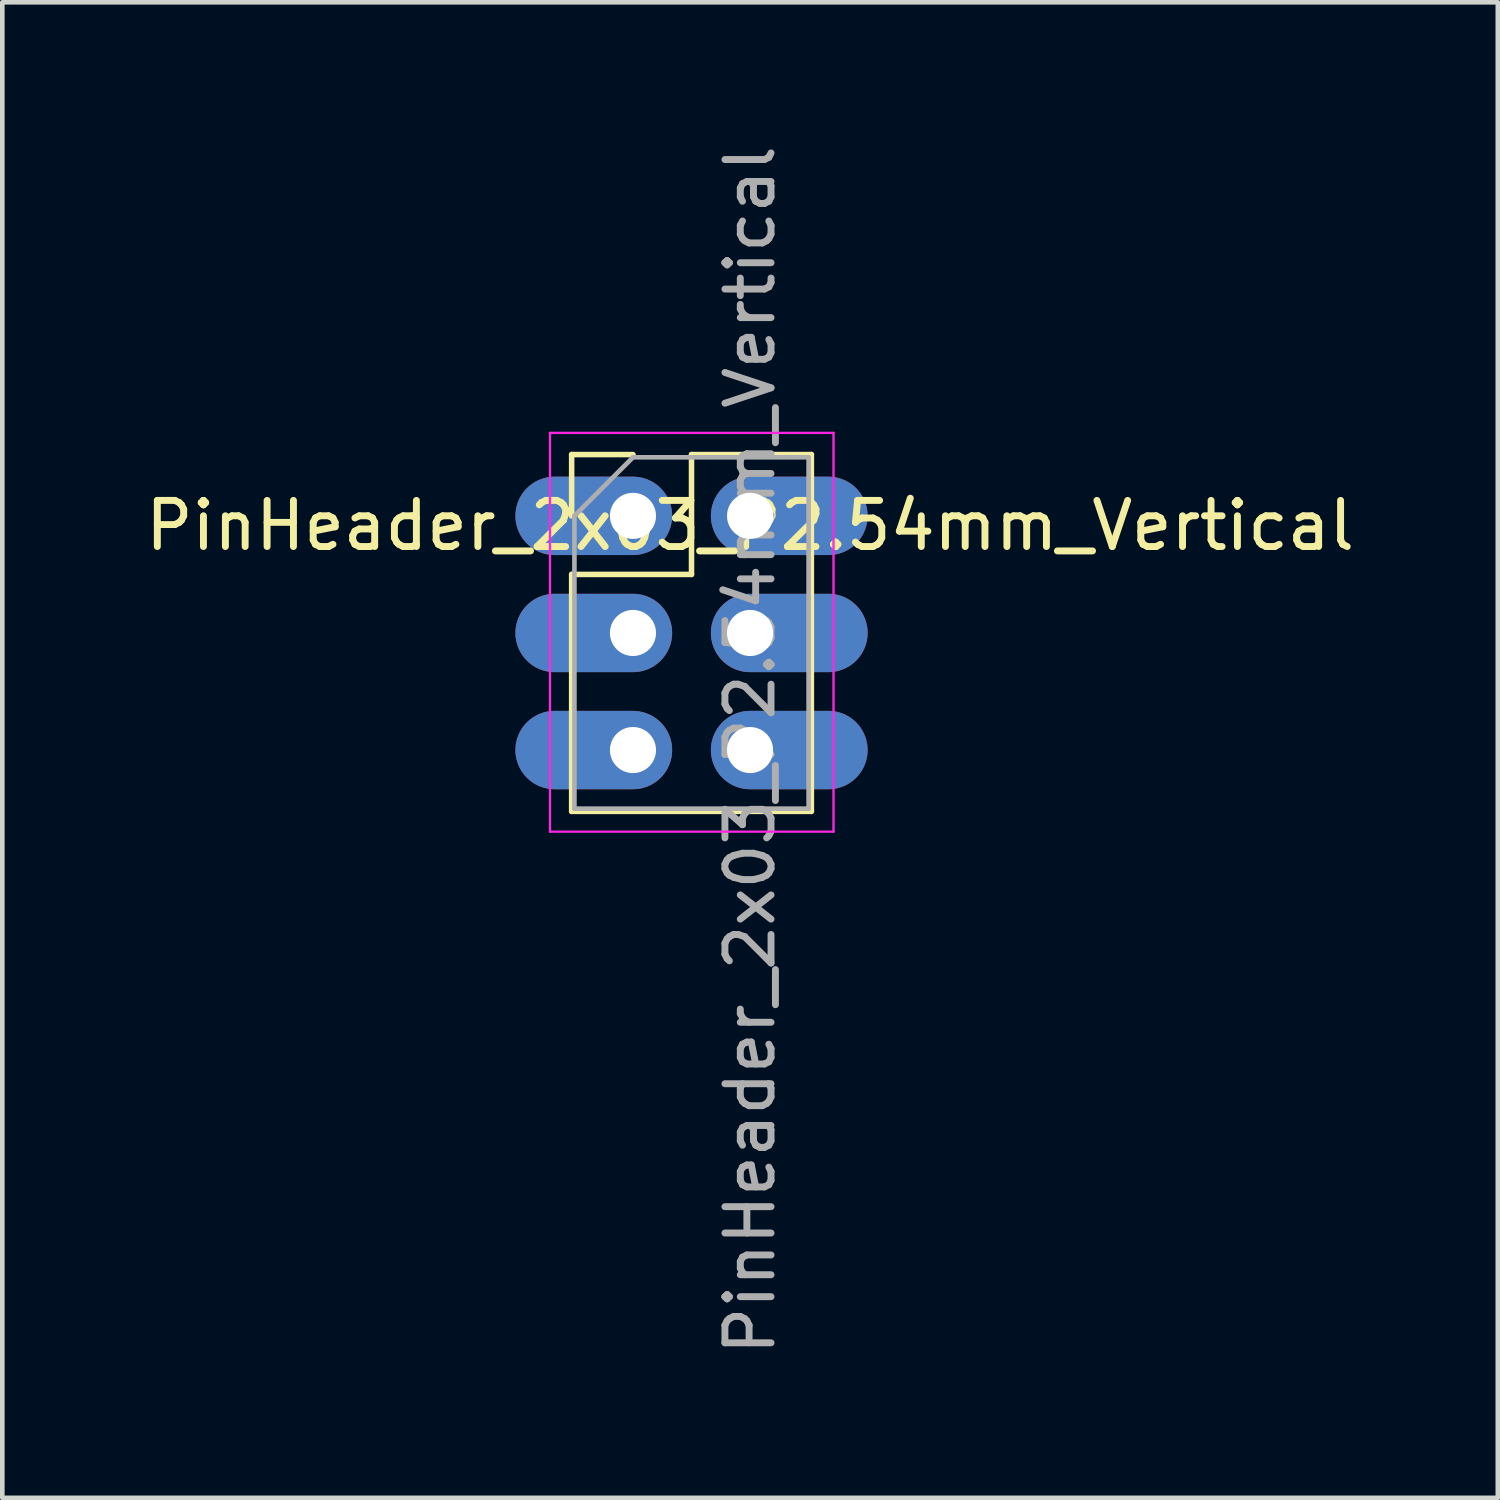
<source format=kicad_pcb>
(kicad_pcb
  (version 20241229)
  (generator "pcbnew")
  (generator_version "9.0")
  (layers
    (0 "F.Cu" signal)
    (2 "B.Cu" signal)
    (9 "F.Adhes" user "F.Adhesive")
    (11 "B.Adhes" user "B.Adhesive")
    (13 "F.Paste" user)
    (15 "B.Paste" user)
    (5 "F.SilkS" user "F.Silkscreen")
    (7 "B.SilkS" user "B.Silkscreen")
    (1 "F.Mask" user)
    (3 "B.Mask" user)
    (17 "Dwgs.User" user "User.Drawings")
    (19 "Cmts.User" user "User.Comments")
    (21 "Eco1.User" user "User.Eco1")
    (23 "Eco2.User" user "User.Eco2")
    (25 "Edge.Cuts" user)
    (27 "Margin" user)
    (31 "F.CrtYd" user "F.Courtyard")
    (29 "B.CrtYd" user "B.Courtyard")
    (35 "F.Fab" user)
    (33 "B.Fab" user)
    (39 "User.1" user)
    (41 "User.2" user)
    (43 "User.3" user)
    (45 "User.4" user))
  (footprint "PinHeader_2x03_P2.54mm_Vertical"
    (layer "F.Cu")
    (at 11.95 10.68)
    (property "Reference" "PinHeader_2x03_P2.54mm_Vertical" (at 1.27 -2.33 0) (layer "F.SilkS") (effects (font (size 1 1) (thickness 0.15))))
    (attr through_hole)
    (fp_line (start -2.6 -3.87) (end -1.27 -3.87) (stroke (width 0.12) (type solid)) (layer "F.SilkS"))
    (fp_line (start -2.6 -2.54) (end -2.6 -3.87) (stroke (width 0.12) (type solid)) (layer "F.SilkS"))
    (fp_line (start -2.6 -1.27) (end -2.6 3.87) (stroke (width 0.12) (type solid)) (layer "F.SilkS"))
    (fp_line (start -2.6 -1.27) (end 0 -1.27) (stroke (width 0.12) (type solid)) (layer "F.SilkS"))
    (fp_line (start -2.6 3.87) (end 2.6 3.87) (stroke (width 0.12) (type solid)) (layer "F.SilkS"))
    (fp_line (start 0 -3.87) (end 2.6 -3.87) (stroke (width 0.12) (type solid)) (layer "F.SilkS"))
    (fp_line (start 0 -1.27) (end 0 -3.87) (stroke (width 0.12) (type solid)) (layer "F.SilkS"))
    (fp_line (start 2.6 -3.87) (end 2.6 3.87) (stroke (width 0.12) (type solid)) (layer "F.SilkS"))
    (fp_line (start -3.07 -4.34) (end -3.07 4.31) (stroke (width 0.05) (type solid)) (layer "F.CrtYd"))
    (fp_line (start -3.07 4.31) (end 3.08 4.31) (stroke (width 0.05) (type solid)) (layer "F.CrtYd"))
    (fp_line (start 3.08 -4.34) (end -3.07 -4.34) (stroke (width 0.05) (type solid)) (layer "F.CrtYd"))
    (fp_line (start 3.08 4.31) (end 3.08 -4.34) (stroke (width 0.05) (type solid)) (layer "F.CrtYd"))
    (fp_line (start -2.54 -2.54) (end -1.27 -3.81) (stroke (width 0.1) (type solid)) (layer "F.Fab"))
    (fp_line (start -2.54 3.81) (end -2.54 -2.54) (stroke (width 0.1) (type solid)) (layer "F.Fab"))
    (fp_line (start -1.27 -3.81) (end 2.54 -3.81) (stroke (width 0.1) (type solid)) (layer "F.Fab"))
    (fp_line (start 2.54 -3.81) (end 2.54 3.81) (stroke (width 0.1) (type solid)) (layer "F.Fab"))
    (fp_line (start 2.54 3.81) (end -2.54 3.81) (stroke (width 0.1) (type solid)) (layer "F.Fab"))
    (fp_text user "${REFERENCE}" (at 1.27 2.54 90) (layer "F.Fab") (effects (font (size 1 1) (thickness 0.15))))
    (pad "1" thru_hole oval (at -1.27 -2.54) (size 3.4 1.7) (drill 1 (offset -0.85 0)) (layers "*.Cu" "*.Mask"))
    (pad "2" thru_hole oval (at 1.27 -2.54) (size 3.4 1.7) (drill 1 (offset 0.85 0)) (layers "*.Cu" "*.Mask"))
    (pad "3" thru_hole oval (at -1.27 0) (size 3.4 1.7) (drill 1 (offset -0.85 0)) (layers "*.Cu" "*.Mask"))
    (pad "4" thru_hole oval (at 1.27 0) (size 3.4 1.7) (drill 1 (offset 0.85 0)) (layers "*.Cu" "*.Mask"))
    (pad "5" thru_hole oval (at -1.27 2.54) (size 3.4 1.7) (drill 1 (offset -0.85 0)) (layers "*.Cu" "*.Mask"))
    (pad "6" thru_hole oval (at 1.27 2.54) (size 3.4 1.7) (drill 1 (offset 0.85 0)) (layers "*.Cu" "*.Mask")))
  (gr_rect
    (start -3 -3)
    (end 29.44 29.44)
    (stroke (width 0.1) (type default))
    (fill no)
    (layer "Edge.Cuts")))
</source>
